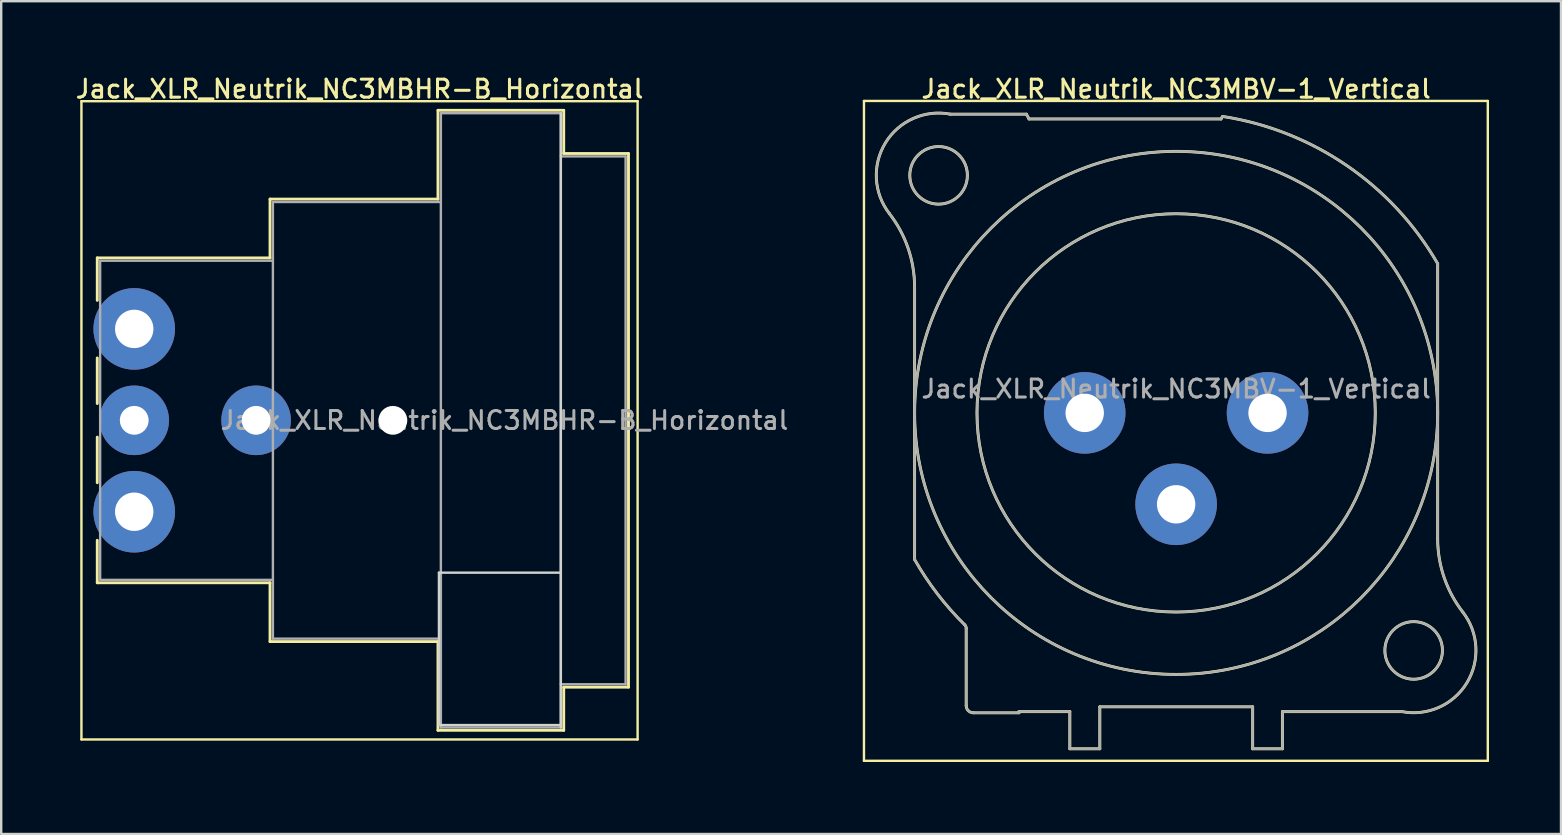
<source format=kicad_pcb>
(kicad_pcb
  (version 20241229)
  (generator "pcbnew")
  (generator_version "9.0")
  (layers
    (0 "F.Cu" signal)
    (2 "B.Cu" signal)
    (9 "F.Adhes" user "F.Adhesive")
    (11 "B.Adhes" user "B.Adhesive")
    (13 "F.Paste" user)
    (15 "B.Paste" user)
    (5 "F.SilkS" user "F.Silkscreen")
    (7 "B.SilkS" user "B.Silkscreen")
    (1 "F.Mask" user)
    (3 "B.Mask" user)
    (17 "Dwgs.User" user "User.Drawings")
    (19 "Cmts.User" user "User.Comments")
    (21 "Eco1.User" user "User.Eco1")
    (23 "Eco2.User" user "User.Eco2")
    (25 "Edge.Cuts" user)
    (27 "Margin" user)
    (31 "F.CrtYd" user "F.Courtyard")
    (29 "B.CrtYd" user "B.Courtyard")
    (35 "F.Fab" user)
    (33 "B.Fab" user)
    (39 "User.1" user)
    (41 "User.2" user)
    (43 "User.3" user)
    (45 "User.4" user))
  (footprint "Jack_XLR_Neutrik_NC3MBV-1_Vertical"
    (layer "F.Cu")
    (at 42.158 14.158)
    (property "Reference" "Jack_XLR_Neutrik_NC3MBV-1_Vertical" (at 3.81 -13.5 0) (layer "F.SilkS") (effects (font (size 0.75 0.75) (thickness 0.125))))
    (attr through_hole)
    (fp_line (start -9.2 -13) (end 16.8 -13) (stroke (width 0.1) (type solid)) (layer "F.SilkS"))
    (fp_line (start -9.2 14.5) (end -9.2 -13) (stroke (width 0.1) (type solid)) (layer "F.SilkS"))
    (fp_line (start -7.09 -5.24) (end -7.09 6.11) (stroke (width 0.12) (type solid)) (layer "F.SilkS"))
    (fp_line (start -4.94 12.2) (end -4.94 8.98) (stroke (width 0.12) (type solid)) (layer "F.SilkS"))
    (fp_line (start -4.64 12.5) (end -2.74 12.5) (stroke (width 0.12) (type solid)) (layer "F.SilkS"))
    (fp_line (start -2.74 12.45) (end -0.62 12.45) (stroke (width 0.12) (type solid)) (layer "F.SilkS"))
    (fp_line (start -2.74 12.5) (end -2.74 12.45) (stroke (width 0.12) (type solid)) (layer "F.SilkS"))
    (fp_line (start -2.43 -12.45) (end -5.6 -12.45) (stroke (width 0.12) (type solid)) (layer "F.SilkS"))
    (fp_line (start -2.32 -12.25) (end -2.43 -12.45) (stroke (width 0.12) (type solid)) (layer "F.SilkS"))
    (fp_line (start -0.62 12.45) (end -0.62 14) (stroke (width 0.12) (type solid)) (layer "F.SilkS"))
    (fp_line (start 0.63 12.25) (end 0.63 14) (stroke (width 0.12) (type solid)) (layer "F.SilkS"))
    (fp_line (start 0.63 12.25) (end 7 12.25) (stroke (width 0.12) (type solid)) (layer "F.SilkS"))
    (fp_line (start 0.63 14) (end -0.62 14) (stroke (width 0.12) (type solid)) (layer "F.SilkS"))
    (fp_line (start 5.68 -12.25) (end -2.32 -12.25) (stroke (width 0.12) (type solid)) (layer "F.SilkS"))
    (fp_line (start 5.74 -12.35) (end 5.68 -12.25) (stroke (width 0.12) (type solid)) (layer "F.SilkS"))
    (fp_line (start 7 12.25) (end 7 14) (stroke (width 0.12) (type solid)) (layer "F.SilkS"))
    (fp_line (start 8.24 12.45) (end 8.24 14) (stroke (width 0.12) (type solid)) (layer "F.SilkS"))
    (fp_line (start 8.24 12.45) (end 13.22 12.45) (stroke (width 0.12) (type solid)) (layer "F.SilkS"))
    (fp_line (start 8.24 14) (end 7 14) (stroke (width 0.12) (type solid)) (layer "F.SilkS"))
    (fp_line (start 14.71 5.24) (end 14.71 -6.22) (stroke (width 0.12) (type solid)) (layer "F.SilkS"))
    (fp_line (start 16.8 -13) (end 16.8 14.5) (stroke (width 0.1) (type solid)) (layer "F.SilkS"))
    (fp_line (start 16.8 14.5) (end -9.2 14.5) (stroke (width 0.1) (type solid)) (layer "F.SilkS"))
    (fp_arc (start -8.14458 -8.311426) (mid -7.360989 -6.863715) (end -7.09 -5.24) (stroke (width 0.12) (type solid)) (layer "F.SilkS"))
    (fp_arc (start -8.141124 -8.307677) (mid -8.303366 -11.257798) (end -5.6 -12.45) (stroke (width 0.12) (type solid)) (layer "F.SilkS"))
    (fp_arc (start -4.999944 8.832139) (mid -4.954594 8.899835) (end -4.94 8.98) (stroke (width 0.12) (type solid)) (layer "F.SilkS"))
    (fp_arc (start -4.999718 8.833849) (mid -6.1389 7.544091) (end -7.09 6.11) (stroke (width 0.12) (type solid)) (layer "F.SilkS"))
    (fp_arc (start -4.64 12.5) (mid -4.852132 12.412132) (end -4.94 12.2) (stroke (width 0.12) (type solid)) (layer "F.SilkS"))
    (fp_arc (start 5.753207 -12.354269) (mid 10.928439 -10.304601) (end 14.71 -6.22) (stroke (width 0.12) (type solid)) (layer "F.SilkS"))
    (fp_arc (start 15.761124 8.307677) (mid 15.923366 11.257798) (end 13.22 12.45) (stroke (width 0.12) (type solid)) (layer "F.SilkS"))
    (fp_arc (start 15.76458 8.311426) (mid 14.980989 6.863715) (end 14.71 5.24) (stroke (width 0.12) (type solid)) (layer "F.SilkS"))
    (fp_circle (center -6.09 -9.9) (end -4.89 -9.9) (stroke (width 0.12) (type solid)) (fill no) (layer "F.SilkS"))
    (fp_circle (center 3.81 0) (end 12.11 0) (stroke (width 0.12) (type solid)) (fill no) (layer "F.SilkS"))
    (fp_circle (center 3.81 0) (end 14.71 0) (stroke (width 0.12) (type solid)) (fill no) (layer "F.SilkS"))
    (fp_circle (center 13.71 9.9) (end 14.91 9.9) (stroke (width 0.12) (type solid)) (fill no) (layer "F.SilkS"))
    (fp_line (start -7.09 -5.24) (end -7.09 6.11) (stroke (width 0.1) (type solid)) (layer "F.Fab"))
    (fp_line (start -4.94 12.2) (end -4.94 8.98) (stroke (width 0.1) (type solid)) (layer "F.Fab"))
    (fp_line (start -4.64 12.5) (end -2.74 12.5) (stroke (width 0.1) (type solid)) (layer "F.Fab"))
    (fp_line (start -2.74 12.45) (end -0.62 12.45) (stroke (width 0.1) (type solid)) (layer "F.Fab"))
    (fp_line (start -2.74 12.5) (end -2.74 12.45) (stroke (width 0.1) (type solid)) (layer "F.Fab"))
    (fp_line (start -2.43 -12.45) (end -5.6 -12.45) (stroke (width 0.1) (type solid)) (layer "F.Fab"))
    (fp_line (start -2.32 -12.25) (end -2.43 -12.45) (stroke (width 0.1) (type solid)) (layer "F.Fab"))
    (fp_line (start -0.62 12.45) (end -0.62 14) (stroke (width 0.1) (type solid)) (layer "F.Fab"))
    (fp_line (start 0.63 12.25) (end 0.63 14) (stroke (width 0.1) (type solid)) (layer "F.Fab"))
    (fp_line (start 0.63 12.25) (end 7 12.25) (stroke (width 0.1) (type solid)) (layer "F.Fab"))
    (fp_line (start 0.63 14) (end -0.62 14) (stroke (width 0.1) (type solid)) (layer "F.Fab"))
    (fp_line (start 5.68 -12.25) (end -2.32 -12.25) (stroke (width 0.1) (type solid)) (layer "F.Fab"))
    (fp_line (start 5.74 -12.35) (end 5.68 -12.25) (stroke (width 0.1) (type solid)) (layer "F.Fab"))
    (fp_line (start 7 12.25) (end 7 14) (stroke (width 0.1) (type solid)) (layer "F.Fab"))
    (fp_line (start 8.24 12.45) (end 8.24 14) (stroke (width 0.1) (type solid)) (layer "F.Fab"))
    (fp_line (start 8.24 12.45) (end 13.22 12.45) (stroke (width 0.1) (type solid)) (layer "F.Fab"))
    (fp_line (start 8.24 14) (end 7 14) (stroke (width 0.1) (type solid)) (layer "F.Fab"))
    (fp_line (start 14.71 5.24) (end 14.71 -6.22) (stroke (width 0.1) (type solid)) (layer "F.Fab"))
    (fp_arc (start -8.14458 -8.311426) (mid -7.360989 -6.863715) (end -7.09 -5.24) (stroke (width 0.1) (type solid)) (layer "F.Fab"))
    (fp_arc (start -8.141124 -8.307677) (mid -8.303366 -11.257798) (end -5.6 -12.45) (stroke (width 0.1) (type solid)) (layer "F.Fab"))
    (fp_arc (start -4.999944 8.832139) (mid -4.954594 8.899835) (end -4.94 8.98) (stroke (width 0.1) (type solid)) (layer "F.Fab"))
    (fp_arc (start -4.999718 8.833849) (mid -6.1389 7.544091) (end -7.09 6.11) (stroke (width 0.1) (type solid)) (layer "F.Fab"))
    (fp_arc (start -4.64 12.5) (mid -4.852132 12.412132) (end -4.94 12.2) (stroke (width 0.1) (type solid)) (layer "F.Fab"))
    (fp_arc (start 5.753207 -12.354269) (mid 10.928439 -10.304601) (end 14.71 -6.22) (stroke (width 0.1) (type solid)) (layer "F.Fab"))
    (fp_arc (start 15.761124 8.307677) (mid 15.923366 11.257798) (end 13.22 12.45) (stroke (width 0.1) (type solid)) (layer "F.Fab"))
    (fp_arc (start 15.76458 8.311426) (mid 14.980989 6.863715) (end 14.71 5.24) (stroke (width 0.1) (type solid)) (layer "F.Fab"))
    (fp_circle (center -6.09 -9.9) (end -4.89 -9.9) (stroke (width 0.1) (type solid)) (fill no) (layer "F.Fab"))
    (fp_circle (center 3.81 0) (end 12.11 0) (stroke (width 0.1) (type solid)) (fill no) (layer "F.Fab"))
    (fp_circle (center 3.81 0) (end 14.71 0) (stroke (width 0.1) (type solid)) (fill no) (layer "F.Fab"))
    (fp_circle (center 13.71 9.9) (end 14.91 9.9) (stroke (width 0.1) (type solid)) (fill no) (layer "F.Fab"))
    (fp_text user "${REFERENCE}" (at 3.81 -1 0) (layer "F.Fab") (effects (font (size 0.75 0.75) (thickness 0.125))))
    (pad "1" thru_hole circle (at 0 0) (size 3.4 3.4) (drill 1.6) (layers "*.Cu" "*.Mask"))
    (pad "2" thru_hole circle (at 7.62 0) (size 3.4 3.4) (drill 1.6) (layers "*.Cu" "*.Mask"))
    (pad "3" thru_hole circle (at 3.81 3.81) (size 3.4 3.4) (drill 1.6) (layers "*.Cu" "*.Mask")))
  (footprint "Jack_XLR_Neutrik_NC3MBHR-B_Horizontal"
    (layer "F.Cu")
    (at 2.544 10.658)
    (property "Reference" "Jack_XLR_Neutrik_NC3MBHR-B_Horizontal" (at 9.39 -10 0) (layer "F.SilkS") (effects (font (size 0.75 0.75) (thickness 0.125))))
    (attr through_hole)
    (fp_line (start -2.2 -9.49) (end -2.2 17.11) (stroke (width 0.1) (type solid)) (layer "F.SilkS"))
    (fp_line (start -1.54 -2.96) (end -1.54 -1.19) (stroke (width 0.12) (type solid)) (layer "F.SilkS"))
    (fp_line (start -1.54 3.11) (end -1.54 1.21) (stroke (width 0.12) (type solid)) (layer "F.SilkS"))
    (fp_line (start -1.54 4.51) (end -1.54 6.41) (stroke (width 0.12) (type solid)) (layer "F.SilkS"))
    (fp_line (start -1.54 8.81) (end -1.54 10.58) (stroke (width 0.12) (type solid)) (layer "F.SilkS"))
    (fp_line (start 5.66 -2.96) (end -1.54 -2.96) (stroke (width 0.12) (type solid)) (layer "F.SilkS"))
    (fp_line (start 5.66 -2.96) (end 5.66 -5.41) (stroke (width 0.12) (type solid)) (layer "F.SilkS"))
    (fp_line (start 5.66 10.58) (end -1.54 10.58) (stroke (width 0.12) (type solid)) (layer "F.SilkS"))
    (fp_line (start 5.66 10.58) (end 5.66 13.03) (stroke (width 0.12) (type solid)) (layer "F.SilkS"))
    (fp_line (start 12.66 -5.41) (end 5.66 -5.41) (stroke (width 0.12) (type solid)) (layer "F.SilkS"))
    (fp_line (start 12.66 -5.41) (end 12.66 -9.11) (stroke (width 0.12) (type solid)) (layer "F.SilkS"))
    (fp_line (start 12.66 13.03) (end 5.66 13.03) (stroke (width 0.12) (type solid)) (layer "F.SilkS"))
    (fp_line (start 12.66 16.73) (end 12.66 13.03) (stroke (width 0.12) (type solid)) (layer "F.SilkS"))
    (fp_line (start 17.9 -9.11) (end 12.66 -9.11) (stroke (width 0.12) (type solid)) (layer "F.SilkS"))
    (fp_line (start 17.9 -9.11) (end 17.9 -7.31) (stroke (width 0.12) (type solid)) (layer "F.SilkS"))
    (fp_line (start 17.9 -7.31) (end 20.6 -7.31) (stroke (width 0.12) (type solid)) (layer "F.SilkS"))
    (fp_line (start 17.9 14.93) (end 17.9 16.73) (stroke (width 0.12) (type solid)) (layer "F.SilkS"))
    (fp_line (start 17.9 14.93) (end 20.6 14.93) (stroke (width 0.12) (type solid)) (layer "F.SilkS"))
    (fp_line (start 17.9 16.73) (end 12.66 16.73) (stroke (width 0.12) (type solid)) (layer "F.SilkS"))
    (fp_line (start 20.6 -7.31) (end 20.6 14.93) (stroke (width 0.12) (type solid)) (layer "F.SilkS"))
    (fp_line (start 20.98 -9.49) (end -2.2 -9.49) (stroke (width 0.1) (type solid)) (layer "F.SilkS"))
    (fp_line (start 20.98 -9.49) (end 20.98 17.11) (stroke (width 0.1) (type solid)) (layer "F.SilkS"))
    (fp_line (start 20.98 17.11) (end -2.2 17.11) (stroke (width 0.1) (type solid)) (layer "F.SilkS"))
    (fp_line (start 12.7 10.16) (end 12.7 16.51) (stroke (width 0.1) (type solid)) (layer "Edge.Cuts"))
    (fp_line (start 12.7 16.51) (end 17.78 16.51) (stroke (width 0.1) (type solid)) (layer "Edge.Cuts"))
    (fp_line (start 17.78 -8.99) (end 17.78 16.61) (stroke (width 0.1) (type solid)) (layer "Edge.Cuts"))
    (fp_line (start 17.78 10.16) (end 12.7 10.16) (stroke (width 0.1) (type solid)) (layer "Edge.Cuts"))
    (fp_line (start -1.42 -2.84) (end -1.42 10.46) (stroke (width 0.1) (type solid)) (layer "F.Fab"))
    (fp_line (start 5.78 -2.84) (end -1.42 -2.84) (stroke (width 0.1) (type solid)) (layer "F.Fab"))
    (fp_line (start 5.78 10.46) (end -1.42 10.46) (stroke (width 0.1) (type solid)) (layer "F.Fab"))
    (fp_line (start 5.78 12.91) (end 5.78 -5.29) (stroke (width 0.1) (type solid)) (layer "F.Fab"))
    (fp_line (start 5.78 12.91) (end 12.78 12.91) (stroke (width 0.1) (type solid)) (layer "F.Fab"))
    (fp_line (start 12.78 -8.99) (end 17.78 -8.99) (stroke (width 0.1) (type solid)) (layer "F.Fab"))
    (fp_line (start 12.78 -5.29) (end 5.78 -5.29) (stroke (width 0.1) (type solid)) (layer "F.Fab"))
    (fp_line (start 12.78 16.61) (end 12.78 -8.99) (stroke (width 0.1) (type solid)) (layer "F.Fab"))
    (fp_line (start 17.78 -8.99) (end 17.78 16.61) (stroke (width 0.1) (type solid)) (layer "F.Fab"))
    (fp_line (start 17.78 -7.19) (end 20.48 -7.19) (stroke (width 0.1) (type solid)) (layer "F.Fab"))
    (fp_line (start 17.78 16.61) (end 12.78 16.61) (stroke (width 0.1) (type solid)) (layer "F.Fab"))
    (fp_line (start 20.48 -7.19) (end 20.48 14.81) (stroke (width 0.1) (type solid)) (layer "F.Fab"))
    (fp_line (start 20.48 14.81) (end 17.78 14.81) (stroke (width 0.1) (type solid)) (layer "F.Fab"))
    (fp_text user "${REFERENCE}" (at 15.43 3.81 0) (layer "F.Fab") (effects (font (size 0.75 0.75) (thickness 0.125))))
    (pad "" np_thru_hole circle (at 10.78 3.81) (size 1.2 1.2) (drill 1.2) (layers "*.Cu" "*.Mask"))
    (pad "1" thru_hole circle (at 0 0) (size 3.4 3.4) (drill 1.6) (layers "*.Cu" "*.Mask"))
    (pad "2" thru_hole circle (at 0 3.81) (size 2.9 2.9) (drill 1.2) (layers "*.Cu" "*.Mask"))
    (pad "3" thru_hole circle (at 0 7.62) (size 3.4 3.4) (drill 1.6) (layers "*.Cu" "*.Mask"))
    (pad "G" thru_hole circle (at 5.08 3.81) (size 2.9 2.9) (drill 1.2) (layers "*.Cu" "*.Mask")))
  (gr_rect
    (start -3 -3)
    (end 62.008 31.708)
    (stroke (width 0.1) (type default))
    (fill no)
    (layer "Edge.Cuts")))
</source>
